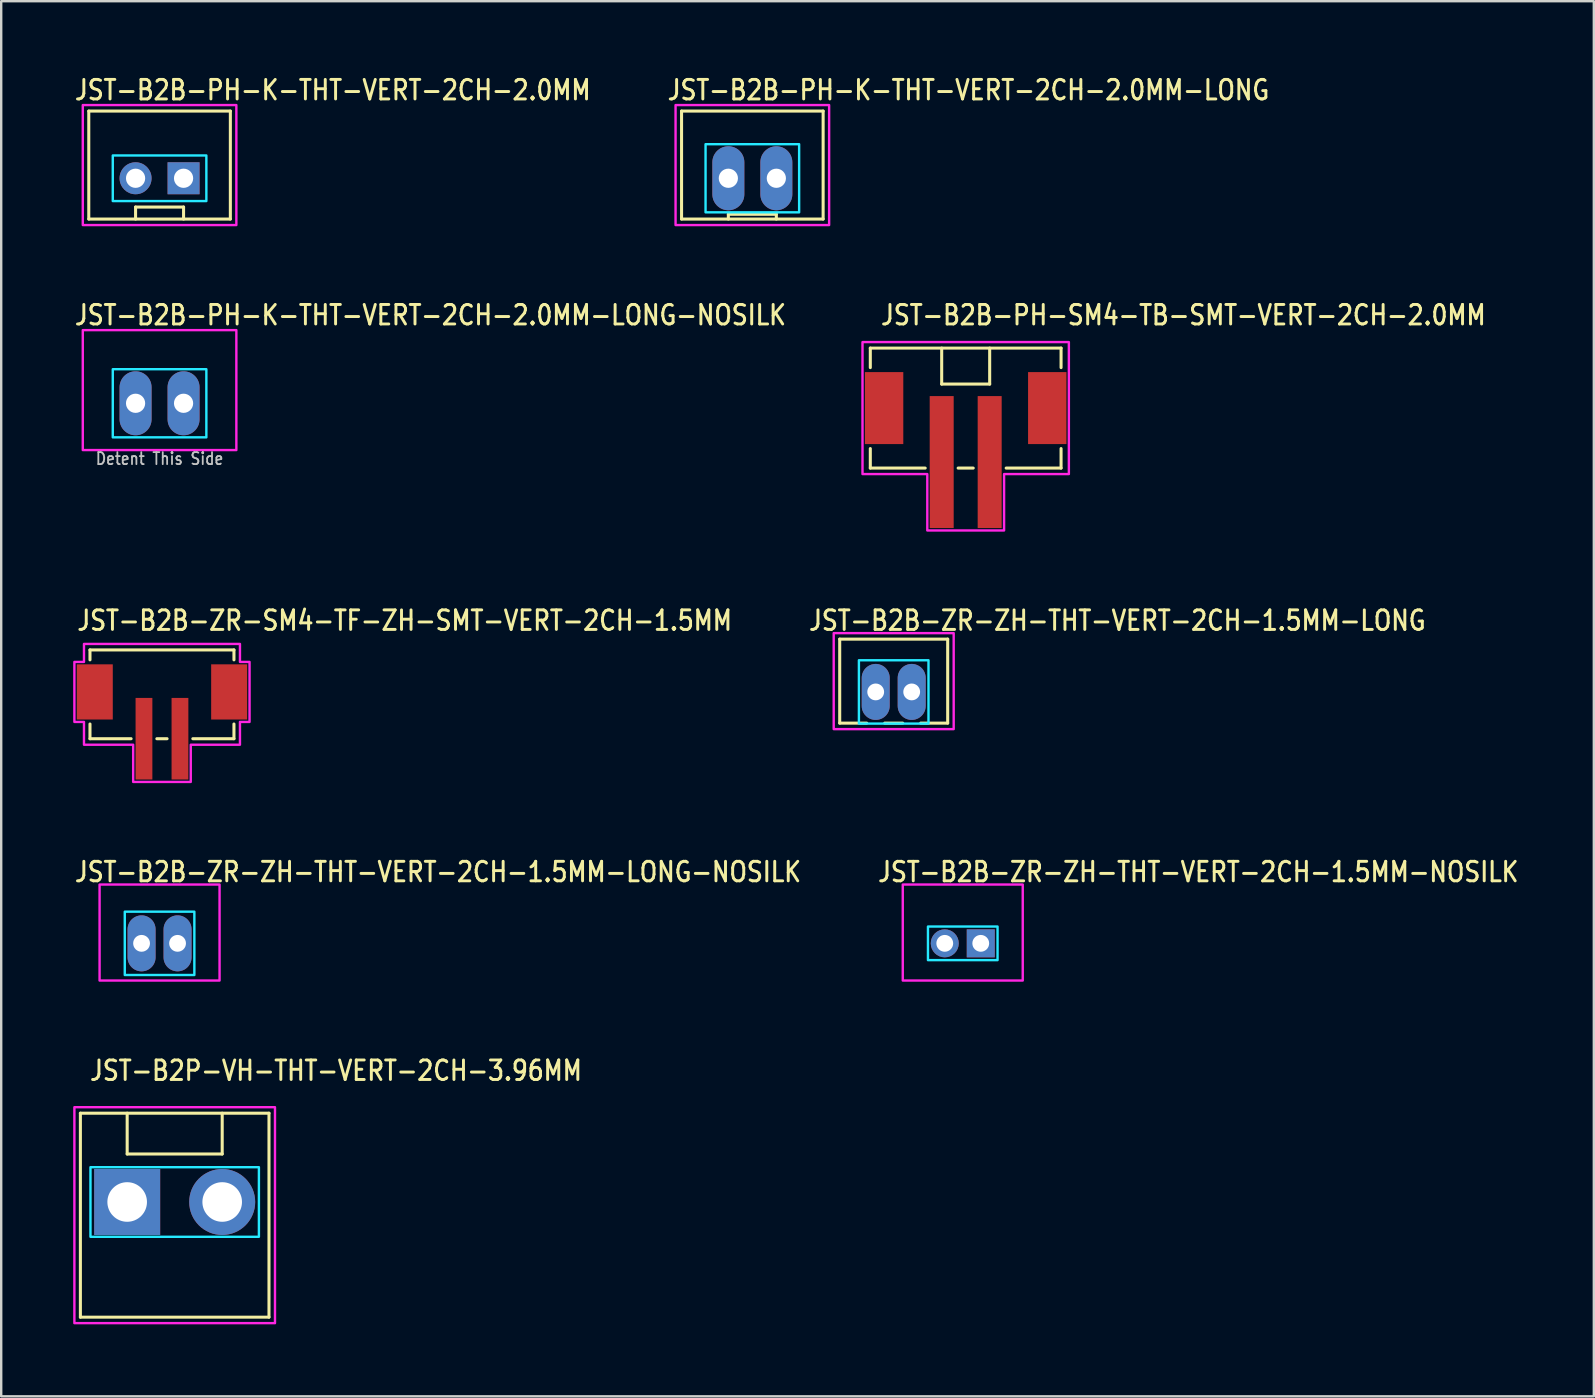
<source format=kicad_pcb>
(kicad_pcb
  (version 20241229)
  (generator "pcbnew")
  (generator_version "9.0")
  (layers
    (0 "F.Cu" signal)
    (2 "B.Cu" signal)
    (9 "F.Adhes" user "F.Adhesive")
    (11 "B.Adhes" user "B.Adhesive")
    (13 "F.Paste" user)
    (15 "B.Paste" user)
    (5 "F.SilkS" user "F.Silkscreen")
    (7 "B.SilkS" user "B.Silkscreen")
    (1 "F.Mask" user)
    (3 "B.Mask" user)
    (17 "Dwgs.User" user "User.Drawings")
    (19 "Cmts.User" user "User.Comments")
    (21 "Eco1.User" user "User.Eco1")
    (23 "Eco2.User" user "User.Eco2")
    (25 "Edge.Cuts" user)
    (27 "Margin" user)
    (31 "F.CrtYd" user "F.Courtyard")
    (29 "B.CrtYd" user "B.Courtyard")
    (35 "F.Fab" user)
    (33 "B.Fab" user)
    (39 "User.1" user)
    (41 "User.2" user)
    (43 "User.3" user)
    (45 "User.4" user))
  (footprint "JST-B2P-VH-THT-VERT-2CH-3.96MM"
    (layer "F.Cu")
    (at 4.23 47.043)
    (property "Reference" "JST-B2P-VH-THT-VERT-2CH-3.96MM" (at -3.6 -5 0) (unlocked yes) (layer "F.SilkS") (effects (font (size 0.813 0.695) (thickness 0.122)) (justify left bottom)))
    (fp_line (start -3.93 -3.7) (end 3.93 -3.7) (stroke (width 0.127) (type solid)) (layer "F.SilkS"))
    (fp_line (start -3.93 4.8) (end -3.93 -3.7) (stroke (width 0.127) (type solid)) (layer "F.SilkS"))
    (fp_line (start -3.93 4.8) (end 3.93 4.8) (stroke (width 0.127) (type solid)) (layer "F.SilkS"))
    (fp_line (start -1.98 -3.7) (end -1.98 -2) (stroke (width 0.127) (type solid)) (layer "F.SilkS"))
    (fp_line (start -1.98 -2) (end 1.98 -2) (stroke (width 0.127) (type solid)) (layer "F.SilkS"))
    (fp_line (start 1.98 -3.7) (end 1.98 -2) (stroke (width 0.127) (type solid)) (layer "F.SilkS"))
    (fp_line (start 3.93 -3.7) (end 3.93 4.8) (stroke (width 0.127) (type solid)) (layer "F.SilkS"))
    (fp_poly (pts (xy -3.51 -1.45) (xy -3.51 1.45) (xy 3.51 1.45) (xy 3.51 -1.45)) (stroke (width 0.1) (type solid)) (fill no) (layer "B.CrtYd"))
    (fp_poly (pts (xy -4.18 -3.95) (xy -4.18 5.05) (xy 4.18 5.05) (xy 4.18 -3.95)) (stroke (width 0.1) (type solid)) (fill no) (layer "F.CrtYd"))
    (pad "P$1" thru_hole rect (at -1.98 0) (size 2.75 2.75) (drill 1.65) (layers "*.Cu" "*.Mask"))
    (pad "P$2" thru_hole oval (at 1.98 0) (size 2.75 2.75) (drill 1.65) (layers "*.Cu" "*.Mask")))
  (footprint "JST-B2B-PH-K-THT-VERT-2CH-2.0MM-LONG-NOSILK"
    (layer "F.Cu")
    (at 3.6 13.757)
    (property "Reference" "JST-B2B-PH-K-THT-VERT-2CH-2.0MM-LONG-NOSILK" (at -3.6 -3.2 0) (unlocked yes) (layer "F.SilkS") (effects (font (size 0.813 0.695) (thickness 0.122)) (justify left bottom)))
    (fp_poly (pts (xy -1.95 -1.42) (xy -1.95 1.42) (xy 1.95 1.42) (xy 1.95 -1.42)) (stroke (width 0.1) (type solid)) (fill no) (layer "B.CrtYd"))
    (fp_poly (pts (xy -3.2 1.95) (xy -3.2 -3.05) (xy 3.2 -3.05) (xy 3.2 1.95)) (stroke (width 0.1) (type solid)) (fill no) (layer "F.CrtYd"))
    (fp_text user "Detent This Side" (at 0 2.6 0) (unlocked yes) (layer "Dwgs.User") (effects (font (size 0.5 0.427) (thickness 0.075)) (justify bottom)))
    (pad "P$1" thru_hole oval (at 1 0 90) (size 2.667 1.333) (drill 0.8) (layers "*.Cu" "*.Mask"))
    (pad "P$2" thru_hole oval (at -1 0 90) (size 2.667 1.333) (drill 0.8) (layers "*.Cu" "*.Mask")))
  (footprint "JST-B2B-ZR-ZH-THT-VERT-2CH-1.5MM-LONG-NOSILK"
    (layer "F.Cu")
    (at 3.6 36.264)
    (property "Reference" "JST-B2B-ZR-ZH-THT-VERT-2CH-1.5MM-LONG-NOSILK" (at -3.6 -2.5 0) (unlocked yes) (layer "F.SilkS") (effects (font (size 0.813 0.695) (thickness 0.122)) (justify left bottom)))
    (fp_poly (pts (xy -1.45 -1.32) (xy -1.45 1.32) (xy 1.45 1.32) (xy 1.45 -1.32)) (stroke (width 0.1) (type solid)) (fill no) (layer "B.CrtYd"))
    (fp_poly (pts (xy -2.5 -2.45) (xy -2.5 1.55) (xy 2.5 1.55) (xy 2.5 -2.45)) (stroke (width 0.1) (type solid)) (fill no) (layer "F.CrtYd"))
    (pad "P$1" thru_hole oval (at 0.75 0 90) (size 2.333 1.167) (drill 0.7) (layers "*.Cu" "*.Mask"))
    (pad "P$2" thru_hole oval (at -0.75 0 90) (size 2.333 1.167) (drill 0.7) (layers "*.Cu" "*.Mask")))
  (footprint "JST-B2B-PH-SM4-TB-SMT-VERT-2CH-2.0MM"
    (layer "F.Cu")
    (at 37.195 13.957)
    (property "Reference" "JST-B2B-PH-SM4-TB-SMT-VERT-2CH-2.0MM" (at -3.6 -3.4 0) (unlocked yes) (layer "F.SilkS") (effects (font (size 0.813 0.695) (thickness 0.122)) (justify left bottom)))
    (fp_line (start -3.975 -2.5) (end -3.975 -1.687) (stroke (width 0.127) (type solid)) (layer "F.SilkS"))
    (fp_line (start -3.975 -2.5) (end 3.975 -2.5) (stroke (width 0.127) (type solid)) (layer "F.SilkS"))
    (fp_line (start -3.975 2.5) (end -3.975 1.687) (stroke (width 0.127) (type solid)) (layer "F.SilkS"))
    (fp_line (start -3.975 2.5) (end -1.687 2.5) (stroke (width 0.127) (type solid)) (layer "F.SilkS"))
    (fp_line (start -1 -2.5) (end -1 -1) (stroke (width 0.127) (type solid)) (layer "F.SilkS"))
    (fp_line (start -1 -1) (end 1 -1) (stroke (width 0.127) (type solid)) (layer "F.SilkS"))
    (fp_line (start -0.314 2.5) (end 0.314 2.5) (stroke (width 0.127) (type solid)) (layer "F.SilkS"))
    (fp_line (start 1 -1) (end 1 -2.5) (stroke (width 0.127) (type solid)) (layer "F.SilkS"))
    (fp_line (start 1.687 2.5) (end 3.975 2.5) (stroke (width 0.127) (type solid)) (layer "F.SilkS"))
    (fp_line (start 3.975 -1.687) (end 3.975 -2.5) (stroke (width 0.127) (type solid)) (layer "F.SilkS"))
    (fp_line (start 3.975 1.687) (end 3.975 2.5) (stroke (width 0.127) (type solid)) (layer "F.SilkS"))
    (fp_poly (pts (xy -4.3 -2.75) (xy -4.3 2.75) (xy -1.6 2.75) (xy -1.6 5.1) (xy 1.6 5.1) (xy 1.6 2.75) (xy 4.3 2.75) (xy 4.3 -2.75)) (stroke (width 0.1) (type solid)) (fill no) (layer "F.CrtYd"))
    (pad "P$1" smd rect (at -1 2.25) (size 1 5.5) (layers "F.Cu" "F.Mask" "F.Paste"))
    (pad "P$2" smd rect (at 1 2.25) (size 1 5.5) (layers "F.Cu" "F.Mask" "F.Paste"))
    (pad "S$1" smd rect (at -3.4 0) (size 1.6 3) (layers "F.Cu" "F.Mask" "F.Paste"))
    (pad "S$2" smd rect (at 3.4 0) (size 1.6 3) (layers "F.Cu" "F.Mask" "F.Paste")))
  (footprint "JST-B2B-ZR-ZH-THT-VERT-2CH-1.5MM-NOSILK"
    (layer "F.Cu")
    (at 37.073 36.264)
    (property "Reference" "JST-B2B-ZR-ZH-THT-VERT-2CH-1.5MM-NOSILK" (at -3.6 -2.5 0) (unlocked yes) (layer "F.SilkS") (effects (font (size 0.813 0.695) (thickness 0.122)) (justify left bottom)))
    (fp_poly (pts (xy -1.45 -0.7) (xy -1.45 0.7) (xy 1.45 0.7) (xy 1.45 -0.7)) (stroke (width 0.1) (type solid)) (fill no) (layer "B.CrtYd"))
    (fp_poly (pts (xy -2.5 -2.45) (xy -2.5 1.55) (xy 2.5 1.55) (xy 2.5 -2.45)) (stroke (width 0.1) (type solid)) (fill no) (layer "F.CrtYd"))
    (pad "P$1" thru_hole rect (at 0.75 0) (size 1.167 1.167) (drill 0.7) (layers "*.Cu" "*.Mask"))
    (pad "P$2" thru_hole oval (at -0.75 0) (size 1.167 1.167) (drill 0.7) (layers "*.Cu" "*.Mask")))
  (footprint "JST-B2B-PH-K-THT-VERT-2CH-2.0MM-LONG"
    (layer "F.Cu")
    (at 28.304 4.379)
    (property "Reference" "JST-B2B-PH-K-THT-VERT-2CH-2.0MM-LONG" (at -3.6 -3.2 0) (unlocked yes) (layer "F.SilkS") (effects (font (size 0.813 0.695) (thickness 0.122)) (justify left bottom)))
    (fp_line (start -2.95 -2.8) (end -2.95 1.7) (stroke (width 0.127) (type solid)) (layer "F.SilkS"))
    (fp_line (start -2.95 -2.8) (end 2.95 -2.8) (stroke (width 0.127) (type solid)) (layer "F.SilkS"))
    (fp_line (start -2.95 1.7) (end 2.95 1.7) (stroke (width 0.127) (type solid)) (layer "F.SilkS"))
    (fp_line (start -1 1.7) (end -1 1.5) (stroke (width 0.127) (type solid)) (layer "F.SilkS"))
    (fp_line (start 1 1.5) (end -1 1.5) (stroke (width 0.127) (type solid)) (layer "F.SilkS"))
    (fp_line (start 1 1.7) (end 1 1.5) (stroke (width 0.127) (type solid)) (layer "F.SilkS"))
    (fp_line (start 2.95 1.7) (end 2.95 -2.8) (stroke (width 0.127) (type solid)) (layer "F.SilkS"))
    (fp_poly (pts (xy -1.95 -1.42) (xy -1.95 1.42) (xy 1.95 1.42) (xy 1.95 -1.42)) (stroke (width 0.1) (type solid)) (fill no) (layer "B.CrtYd"))
    (fp_poly (pts (xy -3.2 1.95) (xy -3.2 -3.05) (xy 3.2 -3.05) (xy 3.2 1.95)) (stroke (width 0.1) (type solid)) (fill no) (layer "F.CrtYd"))
    (pad "P$1" thru_hole oval (at 1 0 90) (size 2.667 1.333) (drill 0.8) (layers "*.Cu" "*.Mask"))
    (pad "P$2" thru_hole oval (at -1 0 90) (size 2.667 1.333) (drill 0.8) (layers "*.Cu" "*.Mask")))
  (footprint "JST-B2B-ZR-SM4-TF-ZH-SMT-VERT-2CH-1.5MM"
    (layer "F.Cu")
    (at 3.7 25.786)
    (property "Reference" "JST-B2B-ZR-SM4-TF-ZH-SMT-VERT-2CH-1.5MM" (at -3.6 -2.5 0) (unlocked yes) (layer "F.SilkS") (effects (font (size 0.813 0.695) (thickness 0.122)) (justify left bottom)))
    (fp_line (start -3 -1.75) (end -3 -1.337) (stroke (width 0.127) (type solid)) (layer "F.SilkS"))
    (fp_line (start -3 -1.75) (end 3 -1.75) (stroke (width 0.127) (type solid)) (layer "F.SilkS"))
    (fp_line (start -3 1.95) (end -3 1.337) (stroke (width 0.127) (type solid)) (layer "F.SilkS"))
    (fp_line (start -3 1.95) (end -1.286 1.95) (stroke (width 0.127) (type solid)) (layer "F.SilkS"))
    (fp_line (start -0.213 1.95) (end 0.213 1.95) (stroke (width 0.127) (type solid)) (layer "F.SilkS"))
    (fp_line (start 1.286 1.95) (end 3 1.95) (stroke (width 0.127) (type solid)) (layer "F.SilkS"))
    (fp_line (start 3 -1.337) (end 3 -1.75) (stroke (width 0.127) (type solid)) (layer "F.SilkS"))
    (fp_line (start 3 1.337) (end 3 1.95) (stroke (width 0.127) (type solid)) (layer "F.SilkS"))
    (fp_poly (pts (xy -3.25 -2) (xy -3.25 -1.25) (xy -3.65 -1.25) (xy -3.65 1.25) (xy -3.25 1.25) (xy -3.25 2.2) (xy -1.2 2.2) (xy -1.2 3.75) (xy 1.2 3.75) (xy 1.2 2.2) (xy 3.25 2.2) (xy 3.25 1.25) (xy 3.65 1.25) (xy 3.65 -1.25) (xy 3.25 -1.25) (xy 3.25 -2)) (stroke (width 0.1) (type solid)) (fill no) (layer "F.CrtYd"))
    (pad "P$1" smd rect (at -0.75 1.95) (size 0.7 3.4) (layers "F.Cu" "F.Mask" "F.Paste"))
    (pad "P$2" smd rect (at 0.75 1.95) (size 0.7 3.4) (layers "F.Cu" "F.Mask" "F.Paste"))
    (pad "S$3" smd rect (at 2.8 0) (size 1.5 2.3) (layers "F.Cu" "F.Mask" "F.Paste"))
    (pad "S$4" smd rect (at -2.8 0) (size 1.5 2.3) (layers "F.Cu" "F.Mask" "F.Paste")))
  (footprint "JST-B2B-ZR-ZH-THT-VERT-2CH-1.5MM-LONG"
    (layer "F.Cu")
    (at 34.195 25.786)
    (property "Reference" "JST-B2B-ZR-ZH-THT-VERT-2CH-1.5MM-LONG" (at -3.6 -2.5 0) (unlocked yes) (layer "F.SilkS") (effects (font (size 0.813 0.695) (thickness 0.122)) (justify left bottom)))
    (fp_line (start -2.25 -2.2) (end 2.25 -2.2) (stroke (width 0.127) (type solid)) (layer "F.SilkS"))
    (fp_line (start -2.25 1.3) (end -2.25 -2.2) (stroke (width 0.127) (type solid)) (layer "F.SilkS"))
    (fp_line (start -2.25 1.3) (end -1.125 1.3) (stroke (width 0.127) (type solid)) (layer "F.SilkS"))
    (fp_line (start -0.375 1.3) (end 0.375 1.3) (stroke (width 0.127) (type solid)) (layer "F.SilkS"))
    (fp_line (start 1.125 1.3) (end 2.25 1.3) (stroke (width 0.127) (type solid)) (layer "F.SilkS"))
    (fp_line (start 2.25 -2.2) (end 2.25 1.3) (stroke (width 0.127) (type solid)) (layer "F.SilkS"))
    (fp_poly (pts (xy -1.45 -1.32) (xy -1.45 1.32) (xy 1.45 1.32) (xy 1.45 -1.32)) (stroke (width 0.1) (type solid)) (fill no) (layer "B.CrtYd"))
    (fp_poly (pts (xy -2.5 -2.45) (xy -2.5 1.55) (xy 2.5 1.55) (xy 2.5 -2.45)) (stroke (width 0.1) (type solid)) (fill no) (layer "F.CrtYd"))
    (pad "P$1" thru_hole oval (at 0.75 0 90) (size 2.333 1.167) (drill 0.7) (layers "*.Cu" "*.Mask"))
    (pad "P$2" thru_hole oval (at -0.75 0 90) (size 2.333 1.167) (drill 0.7) (layers "*.Cu" "*.Mask")))
  (footprint "JST-B2B-PH-K-THT-VERT-2CH-2.0MM"
    (layer "F.Cu")
    (at 3.6 4.379)
    (property "Reference" "JST-B2B-PH-K-THT-VERT-2CH-2.0MM" (at -3.6 -3.2 0) (unlocked yes) (layer "F.SilkS") (effects (font (size 0.813 0.695) (thickness 0.122)) (justify left bottom)))
    (fp_line (start -2.95 -2.8) (end -2.95 1.7) (stroke (width 0.127) (type solid)) (layer "F.SilkS"))
    (fp_line (start -2.95 -2.8) (end 2.95 -2.8) (stroke (width 0.127) (type solid)) (layer "F.SilkS"))
    (fp_line (start -2.95 1.7) (end 2.95 1.7) (stroke (width 0.127) (type solid)) (layer "F.SilkS"))
    (fp_line (start -1 1.7) (end -1 1.2) (stroke (width 0.127) (type solid)) (layer "F.SilkS"))
    (fp_line (start 1 1.2) (end -1 1.2) (stroke (width 0.127) (type solid)) (layer "F.SilkS"))
    (fp_line (start 1 1.7) (end 1 1.2) (stroke (width 0.127) (type solid)) (layer "F.SilkS"))
    (fp_line (start 2.95 1.7) (end 2.95 -2.8) (stroke (width 0.127) (type solid)) (layer "F.SilkS"))
    (fp_poly (pts (xy -1.95 -0.95) (xy -1.95 0.95) (xy 1.95 0.95) (xy 1.95 -0.95)) (stroke (width 0.1) (type solid)) (fill no) (layer "B.CrtYd"))
    (fp_poly (pts (xy -3.2 1.95) (xy -3.2 -3.05) (xy 3.2 -3.05) (xy 3.2 1.95)) (stroke (width 0.1) (type solid)) (fill no) (layer "F.CrtYd"))
    (pad "P$1" thru_hole rect (at 1 0) (size 1.333 1.333) (drill 0.8) (layers "*.Cu" "*.Mask"))
    (pad "P$2" thru_hole oval (at -1 0) (size 1.333 1.333) (drill 0.8) (layers "*.Cu" "*.Mask")))
  (gr_rect
    (start -3 -3)
    (end 63.373 55.143)
    (stroke (width 0.1) (type default))
    (fill no)
    (layer "Edge.Cuts")))
</source>
